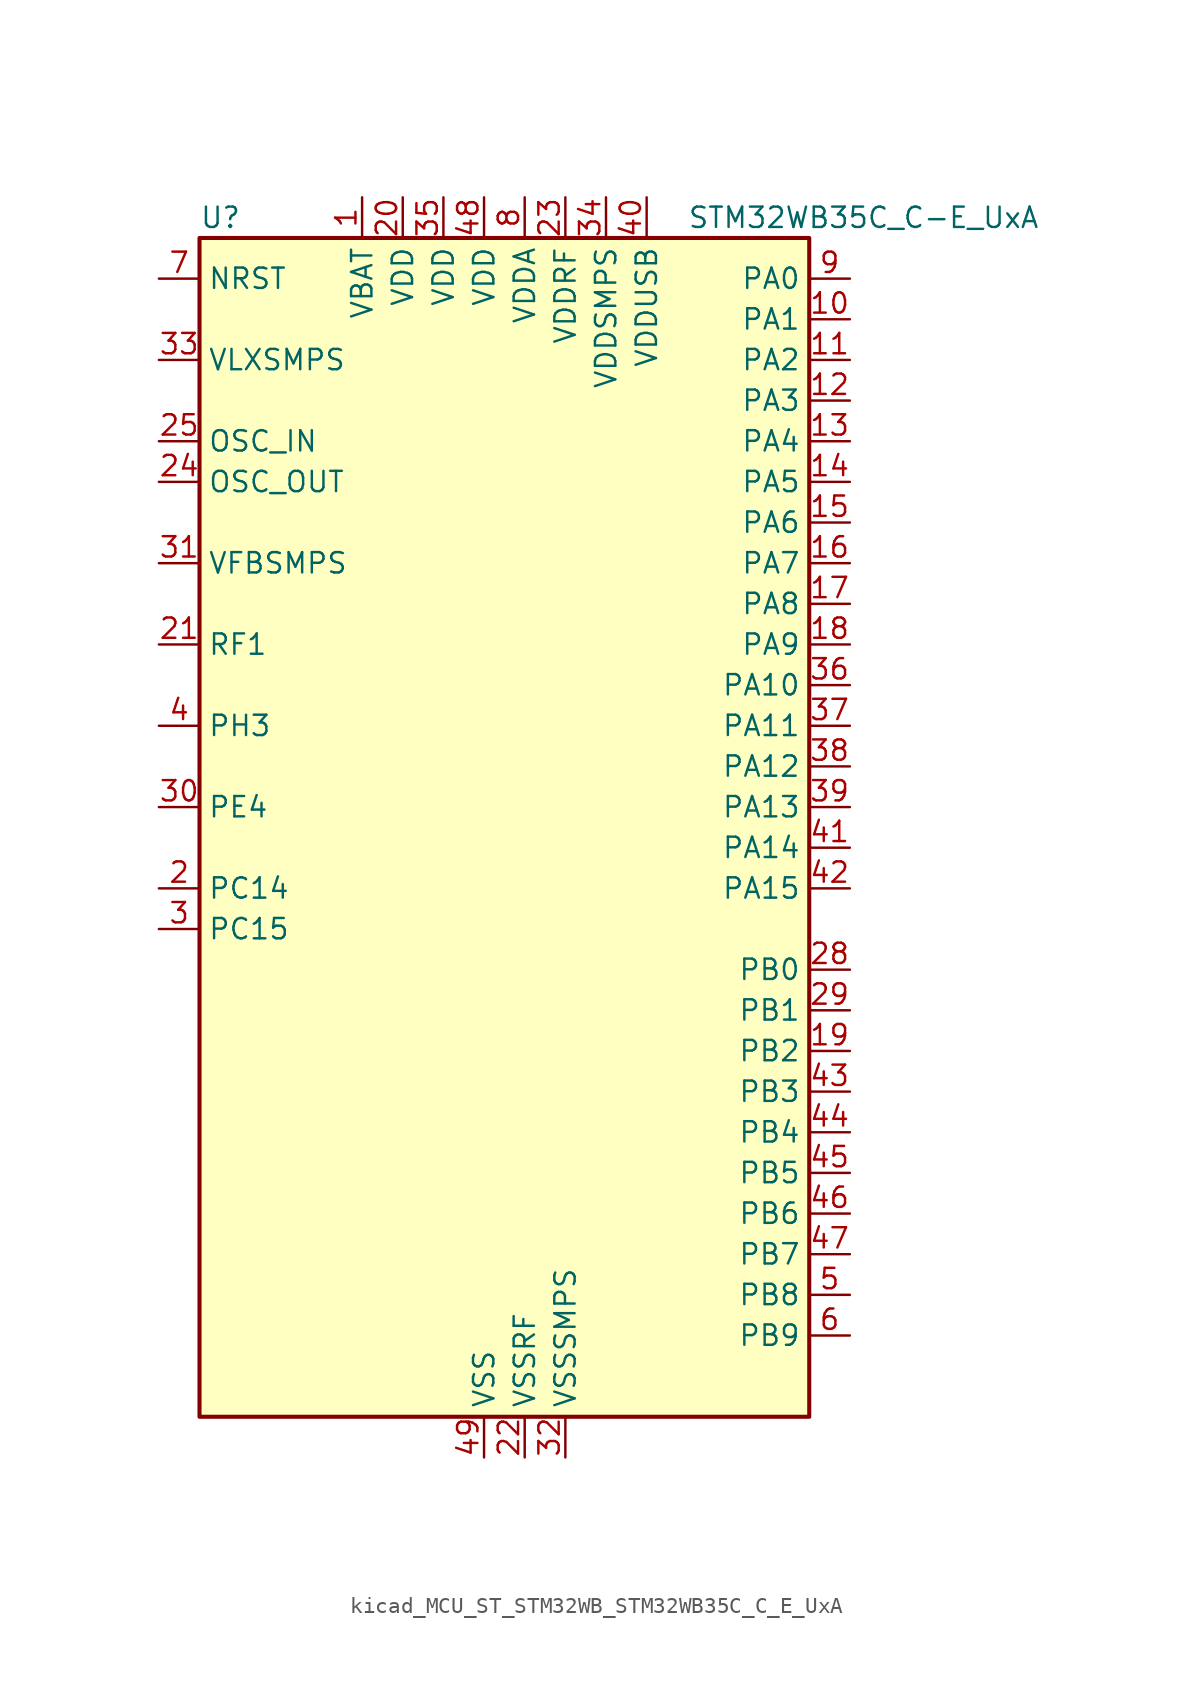
<source format=kicad_sym>
(kicad_symbol_lib
  (version 20220914)
  (generator kicad_symbol_editor)
  (symbol "kicad_MCU_ST_STM32WB_STM32WB35C_C_E_UxA"
    (property "Reference" "U"
      (at -17.78 39.37 0)
      (effects (font (size 1.27 1.27)) (justify left)))
    (property "Value" "STM32WB35C_C-E_UxA"
      (at 12.7 39.37 0)
      (effects (font (size 1.27 1.27)) (justify left)))
    (property "ki_locked" ""
      (at 0 0 0)
      (effects (font (size 1.27 1.27))))
    (symbol "kicad_MCU_ST_STM32WB_STM32WB35C_C_E_UxA_0_1"
      (rectangle (start -17.78 -35.56) (end 20.32 38.1) (stroke (width 0.254) (type default)) (fill (type background))))
    (symbol "kicad_MCU_ST_STM32WB_STM32WB35C_C_E_UxA_1_1"
      (pin power_in line (at -7.62 40.64 270) (length 2.54) (name "VBAT" (effects (font (size 1.27 1.27)))) (number "1" (effects (font (size 1.27 1.27)))))
      (pin bidirectional line (at 22.86 33.02 180) (length 2.54) (name "PA1" (effects (font (size 1.27 1.27)))) (number "10" (effects (font (size 1.27 1.27)))) (alternate "ADC1_IN6" bidirectional line) (alternate "COMP1_INP" bidirectional line) (alternate "I2C1_SMBA" bidirectional line) (alternate "SPI1_SCK" bidirectional line) (alternate "TIM2_CH2" bidirectional line))
      (pin bidirectional line (at 22.86 30.48 180) (length 2.54) (name "PA2" (effects (font (size 1.27 1.27)))) (number "11" (effects (font (size 1.27 1.27)))) (alternate "ADC1_IN7" bidirectional line) (alternate "COMP2_INM" bidirectional line) (alternate "COMP2_OUT" bidirectional line) (alternate "LPUART1_TX" bidirectional line) (alternate "QUADSPI_BK1_NCS" bidirectional line) (alternate "RCC_LSCO" bidirectional line) (alternate "SYS_WKUP4" bidirectional line) (alternate "TIM2_CH3" bidirectional line))
      (pin bidirectional line (at 22.86 27.94 180) (length 2.54) (name "PA3" (effects (font (size 1.27 1.27)))) (number "12" (effects (font (size 1.27 1.27)))) (alternate "ADC1_IN8" bidirectional line) (alternate "COMP2_INP" bidirectional line) (alternate "LPUART1_RX" bidirectional line) (alternate "QUADSPI_CLK" bidirectional line) (alternate "SAI1_CK1" bidirectional line) (alternate "SAI1_MCLK_A" bidirectional line) (alternate "TIM2_CH4" bidirectional line))
      (pin bidirectional line (at 22.86 25.4 180) (length 2.54) (name "PA4" (effects (font (size 1.27 1.27)))) (number "13" (effects (font (size 1.27 1.27)))) (alternate "ADC1_IN9" bidirectional line) (alternate "COMP1_INM" bidirectional line) (alternate "COMP2_INM" bidirectional line) (alternate "LPTIM2_OUT" bidirectional line) (alternate "SAI1_FS_B" bidirectional line) (alternate "SPI1_NSS" bidirectional line))
      (pin bidirectional line (at 22.86 22.86 180) (length 2.54) (name "PA5" (effects (font (size 1.27 1.27)))) (number "14" (effects (font (size 1.27 1.27)))) (alternate "ADC1_IN10" bidirectional line) (alternate "COMP1_INM" bidirectional line) (alternate "COMP2_INM" bidirectional line) (alternate "LPTIM2_ETR" bidirectional line) (alternate "SAI1_SD_B" bidirectional line) (alternate "SPI1_SCK" bidirectional line) (alternate "TIM2_CH1" bidirectional line) (alternate "TIM2_ETR" bidirectional line))
      (pin bidirectional line (at 22.86 20.32 180) (length 2.54) (name "PA6" (effects (font (size 1.27 1.27)))) (number "15" (effects (font (size 1.27 1.27)))) (alternate "ADC1_IN11" bidirectional line) (alternate "LPUART1_CTS" bidirectional line) (alternate "QUADSPI_BK1_IO3" bidirectional line) (alternate "SPI1_MISO" bidirectional line) (alternate "TIM16_CH1" bidirectional line) (alternate "TIM1_BKIN" bidirectional line))
      (pin bidirectional line (at 22.86 17.78 180) (length 2.54) (name "PA7" (effects (font (size 1.27 1.27)))) (number "16" (effects (font (size 1.27 1.27)))) (alternate "ADC1_IN12" bidirectional line) (alternate "COMP2_OUT" bidirectional line) (alternate "I2C3_SCL" bidirectional line) (alternate "QUADSPI_BK1_IO2" bidirectional line) (alternate "SPI1_MOSI" bidirectional line) (alternate "TIM17_CH1" bidirectional line) (alternate "TIM1_CH1N" bidirectional line))
      (pin bidirectional line (at 22.86 15.24 180) (length 2.54) (name "PA8" (effects (font (size 1.27 1.27)))) (number "17" (effects (font (size 1.27 1.27)))) (alternate "ADC1_IN15" bidirectional line) (alternate "LPTIM2_OUT" bidirectional line) (alternate "RCC_MCO" bidirectional line) (alternate "SAI1_CK2" bidirectional line) (alternate "SAI1_SCK_A" bidirectional line) (alternate "TIM1_CH1" bidirectional line) (alternate "USART1_CK" bidirectional line))
      (pin bidirectional line (at 22.86 12.7 180) (length 2.54) (name "PA9" (effects (font (size 1.27 1.27)))) (number "18" (effects (font (size 1.27 1.27)))) (alternate "ADC1_IN16" bidirectional line) (alternate "COMP1_INM" bidirectional line) (alternate "I2C1_SCL" bidirectional line) (alternate "SAI1_D2" bidirectional line) (alternate "SAI1_FS_A" bidirectional line) (alternate "TIM1_CH2" bidirectional line) (alternate "USART1_TX" bidirectional line))
      (pin bidirectional line (at 22.86 -12.7 180) (length 2.54) (name "PB2" (effects (font (size 1.27 1.27)))) (number "19" (effects (font (size 1.27 1.27)))) (alternate "COMP1_INP" bidirectional line) (alternate "I2C3_SMBA" bidirectional line) (alternate "LPTIM1_OUT" bidirectional line) (alternate "RTC_OUT2" bidirectional line) (alternate "SAI1_EXTCLK" bidirectional line) (alternate "SPI1_NSS" bidirectional line))
      (pin bidirectional line (at -20.32 -2.54 0) (length 2.54) (name "PC14" (effects (font (size 1.27 1.27)))) (number "2" (effects (font (size 1.27 1.27)))) (alternate "RCC_OSC32_IN" bidirectional line))
      (pin power_in line (at -5.08 40.64 270) (length 2.54) (name "VDD" (effects (font (size 1.27 1.27)))) (number "20" (effects (font (size 1.27 1.27)))))
      (pin bidirectional line (at -20.32 12.7 0) (length 2.54) (name "RF1" (effects (font (size 1.27 1.27)))) (number "21" (effects (font (size 1.27 1.27)))) (alternate "RF_RF1" bidirectional line))
      (pin power_in line (at 2.54 -38.1 90) (length 2.54) (name "VSSRF" (effects (font (size 1.27 1.27)))) (number "22" (effects (font (size 1.27 1.27)))))
      (pin power_in line (at 5.08 40.64 270) (length 2.54) (name "VDDRF" (effects (font (size 1.27 1.27)))) (number "23" (effects (font (size 1.27 1.27)))))
      (pin input line (at -20.32 22.86 0) (length 2.54) (name "OSC_OUT" (effects (font (size 1.27 1.27)))) (number "24" (effects (font (size 1.27 1.27)))) (alternate "RCC_OSC_OUT" bidirectional line))
      (pin input line (at -20.32 25.4 0) (length 2.54) (name "OSC_IN" (effects (font (size 1.27 1.27)))) (number "25" (effects (font (size 1.27 1.27)))) (alternate "RCC_OSC_IN" bidirectional line))
      (pin no_connect line (at -17.78 -35.56 0) (length 2.54) hide (name "AT0" (effects (font (size 1.27 1.27)))) (number "26" (effects (font (size 1.27 1.27)))))
      (pin no_connect line (at -17.78 -33.02 0) (length 2.54) hide (name "AT1" (effects (font (size 1.27 1.27)))) (number "27" (effects (font (size 1.27 1.27)))))
      (pin bidirectional line (at 22.86 -7.62 180) (length 2.54) (name "PB0" (effects (font (size 1.27 1.27)))) (number "28" (effects (font (size 1.27 1.27)))) (alternate "COMP1_OUT" bidirectional line) (alternate "RF_TX_MOD_EXT_PA" bidirectional line))
      (pin bidirectional line (at 22.86 -10.16 180) (length 2.54) (name "PB1" (effects (font (size 1.27 1.27)))) (number "29" (effects (font (size 1.27 1.27)))) (alternate "LPTIM2_IN1" bidirectional line) (alternate "LPUART1_DE" bidirectional line) (alternate "LPUART1_RTS" bidirectional line))
      (pin bidirectional line (at -20.32 -5.08 0) (length 2.54) (name "PC15" (effects (font (size 1.27 1.27)))) (number "3" (effects (font (size 1.27 1.27)))) (alternate "ADC1_EXTI15" bidirectional line) (alternate "RCC_OSC32_OUT" bidirectional line))
      (pin bidirectional line (at -20.32 2.54 0) (length 2.54) (name "PE4" (effects (font (size 1.27 1.27)))) (number "30" (effects (font (size 1.27 1.27)))))
      (pin input line (at -20.32 17.78 0) (length 2.54) (name "VFBSMPS" (effects (font (size 1.27 1.27)))) (number "31" (effects (font (size 1.27 1.27)))))
      (pin power_in line (at 5.08 -38.1 90) (length 2.54) (name "VSSSMPS" (effects (font (size 1.27 1.27)))) (number "32" (effects (font (size 1.27 1.27)))))
      (pin power_in line (at -20.32 30.48 0) (length 2.54) (name "VLXSMPS" (effects (font (size 1.27 1.27)))) (number "33" (effects (font (size 1.27 1.27)))))
      (pin power_in line (at 7.62 40.64 270) (length 2.54) (name "VDDSMPS" (effects (font (size 1.27 1.27)))) (number "34" (effects (font (size 1.27 1.27)))))
      (pin power_in line (at -2.54 40.64 270) (length 2.54) (name "VDD" (effects (font (size 1.27 1.27)))) (number "35" (effects (font (size 1.27 1.27)))))
      (pin bidirectional line (at 22.86 10.16 180) (length 2.54) (name "PA10" (effects (font (size 1.27 1.27)))) (number "36" (effects (font (size 1.27 1.27)))) (alternate "CRS_SYNC" bidirectional line) (alternate "I2C1_SDA" bidirectional line) (alternate "SAI1_D1" bidirectional line) (alternate "SAI1_SD_A" bidirectional line) (alternate "TIM17_BKIN" bidirectional line) (alternate "TIM1_CH3" bidirectional line) (alternate "USART1_RX" bidirectional line))
      (pin bidirectional line (at 22.86 7.62 180) (length 2.54) (name "PA11" (effects (font (size 1.27 1.27)))) (number "37" (effects (font (size 1.27 1.27)))) (alternate "ADC1_EXTI11" bidirectional line) (alternate "SPI1_MISO" bidirectional line) (alternate "TIM1_BKIN2" bidirectional line) (alternate "TIM1_CH4" bidirectional line) (alternate "USART1_CTS" bidirectional line) (alternate "USART1_NSS" bidirectional line) (alternate "USB_DM" bidirectional line))
      (pin bidirectional line (at 22.86 5.08 180) (length 2.54) (name "PA12" (effects (font (size 1.27 1.27)))) (number "38" (effects (font (size 1.27 1.27)))) (alternate "LPUART1_RX" bidirectional line) (alternate "SPI1_MOSI" bidirectional line) (alternate "TIM1_ETR" bidirectional line) (alternate "USART1_DE" bidirectional line) (alternate "USART1_RTS" bidirectional line) (alternate "USB_DP" bidirectional line))
      (pin bidirectional line (at 22.86 2.54 180) (length 2.54) (name "PA13" (effects (font (size 1.27 1.27)))) (number "39" (effects (font (size 1.27 1.27)))) (alternate "IR_OUT" bidirectional line) (alternate "SAI1_SD_B" bidirectional line) (alternate "SYS_JTMS-SWDIO" bidirectional line) (alternate "USB_NOE" bidirectional line))
      (pin bidirectional line (at -20.32 7.62 0) (length 2.54) (name "PH3" (effects (font (size 1.27 1.27)))) (number "4" (effects (font (size 1.27 1.27)))) (alternate "RCC_LSCO" bidirectional line))
      (pin power_in line (at 10.16 40.64 270) (length 2.54) (name "VDDUSB" (effects (font (size 1.27 1.27)))) (number "40" (effects (font (size 1.27 1.27)))))
      (pin bidirectional line (at 22.86 0 180) (length 2.54) (name "PA14" (effects (font (size 1.27 1.27)))) (number "41" (effects (font (size 1.27 1.27)))) (alternate "I2C1_SMBA" bidirectional line) (alternate "LPTIM1_OUT" bidirectional line) (alternate "SAI1_FS_B" bidirectional line) (alternate "SYS_JTCK-SWCLK" bidirectional line))
      (pin bidirectional line (at 22.86 -2.54 180) (length 2.54) (name "PA15" (effects (font (size 1.27 1.27)))) (number "42" (effects (font (size 1.27 1.27)))) (alternate "ADC1_EXTI15" bidirectional line) (alternate "RCC_MCO" bidirectional line) (alternate "SPI1_NSS" bidirectional line) (alternate "SYS_JTDI" bidirectional line) (alternate "TIM2_CH1" bidirectional line) (alternate "TIM2_ETR" bidirectional line))
      (pin bidirectional line (at 22.86 -15.24 180) (length 2.54) (name "PB3" (effects (font (size 1.27 1.27)))) (number "43" (effects (font (size 1.27 1.27)))) (alternate "COMP2_INM" bidirectional line) (alternate "SAI1_SCK_B" bidirectional line) (alternate "SPI1_SCK" bidirectional line) (alternate "SYS_JTDO-SWO" bidirectional line) (alternate "TIM2_CH2" bidirectional line) (alternate "USART1_DE" bidirectional line) (alternate "USART1_RTS" bidirectional line))
      (pin bidirectional line (at 22.86 -17.78 180) (length 2.54) (name "PB4" (effects (font (size 1.27 1.27)))) (number "44" (effects (font (size 1.27 1.27)))) (alternate "COMP2_INP" bidirectional line) (alternate "I2C3_SDA" bidirectional line) (alternate "SAI1_MCLK_B" bidirectional line) (alternate "SPI1_MISO" bidirectional line) (alternate "SYS_JTRST" bidirectional line) (alternate "TIM17_BKIN" bidirectional line) (alternate "USART1_CTS" bidirectional line) (alternate "USART1_NSS" bidirectional line))
      (pin bidirectional line (at 22.86 -20.32 180) (length 2.54) (name "PB5" (effects (font (size 1.27 1.27)))) (number "45" (effects (font (size 1.27 1.27)))) (alternate "COMP2_OUT" bidirectional line) (alternate "I2C1_SMBA" bidirectional line) (alternate "LPTIM1_IN1" bidirectional line) (alternate "LPUART1_TX" bidirectional line) (alternate "SAI1_SD_B" bidirectional line) (alternate "SPI1_MOSI" bidirectional line) (alternate "TIM16_BKIN" bidirectional line) (alternate "USART1_CK" bidirectional line))
      (pin bidirectional line (at 22.86 -22.86 180) (length 2.54) (name "PB6" (effects (font (size 1.27 1.27)))) (number "46" (effects (font (size 1.27 1.27)))) (alternate "COMP2_INP" bidirectional line) (alternate "I2C1_SCL" bidirectional line) (alternate "LPTIM1_ETR" bidirectional line) (alternate "RCC_MCO" bidirectional line) (alternate "SAI1_FS_B" bidirectional line) (alternate "TIM16_CH1N" bidirectional line) (alternate "USART1_TX" bidirectional line))
      (pin bidirectional line (at 22.86 -25.4 180) (length 2.54) (name "PB7" (effects (font (size 1.27 1.27)))) (number "47" (effects (font (size 1.27 1.27)))) (alternate "COMP2_INM" bidirectional line) (alternate "I2C1_SDA" bidirectional line) (alternate "LPTIM1_IN2" bidirectional line) (alternate "SYS_PVD_IN" bidirectional line) (alternate "TIM17_CH1N" bidirectional line) (alternate "TIM1_BKIN" bidirectional line) (alternate "USART1_RX" bidirectional line))
      (pin power_in line (at 0 40.64 270) (length 2.54) (name "VDD" (effects (font (size 1.27 1.27)))) (number "48" (effects (font (size 1.27 1.27)))))
      (pin power_in line (at 0 -38.1 90) (length 2.54) (name "VSS" (effects (font (size 1.27 1.27)))) (number "49" (effects (font (size 1.27 1.27)))))
      (pin bidirectional line (at 22.86 -27.94 180) (length 2.54) (name "PB8" (effects (font (size 1.27 1.27)))) (number "5" (effects (font (size 1.27 1.27)))) (alternate "I2C1_SCL" bidirectional line) (alternate "QUADSPI_BK1_IO1" bidirectional line) (alternate "SAI1_CK1" bidirectional line) (alternate "SAI1_MCLK_A" bidirectional line) (alternate "TIM16_CH1" bidirectional line) (alternate "TIM1_CH2N" bidirectional line))
      (pin bidirectional line (at 22.86 -30.48 180) (length 2.54) (name "PB9" (effects (font (size 1.27 1.27)))) (number "6" (effects (font (size 1.27 1.27)))) (alternate "I2C1_SDA" bidirectional line) (alternate "IR_OUT" bidirectional line) (alternate "QUADSPI_BK1_IO0" bidirectional line) (alternate "SAI1_D2" bidirectional line) (alternate "SAI1_FS_A" bidirectional line) (alternate "TIM17_CH1" bidirectional line) (alternate "TIM1_CH3N" bidirectional line))
      (pin input line (at -20.32 35.56 0) (length 2.54) (name "NRST" (effects (font (size 1.27 1.27)))) (number "7" (effects (font (size 1.27 1.27)))))
      (pin power_in line (at 2.54 40.64 270) (length 2.54) (name "VDDA" (effects (font (size 1.27 1.27)))) (number "8" (effects (font (size 1.27 1.27)))))
      (pin bidirectional line (at 22.86 35.56 180) (length 2.54) (name "PA0" (effects (font (size 1.27 1.27)))) (number "9" (effects (font (size 1.27 1.27)))) (alternate "ADC1_IN5" bidirectional line) (alternate "COMP1_INM" bidirectional line) (alternate "COMP1_OUT" bidirectional line) (alternate "RTC_TAMP2" bidirectional line) (alternate "SAI1_EXTCLK" bidirectional line) (alternate "SYS_WKUP1" bidirectional line) (alternate "TIM2_CH1" bidirectional line) (alternate "TIM2_ETR" bidirectional line)))))
</source>
